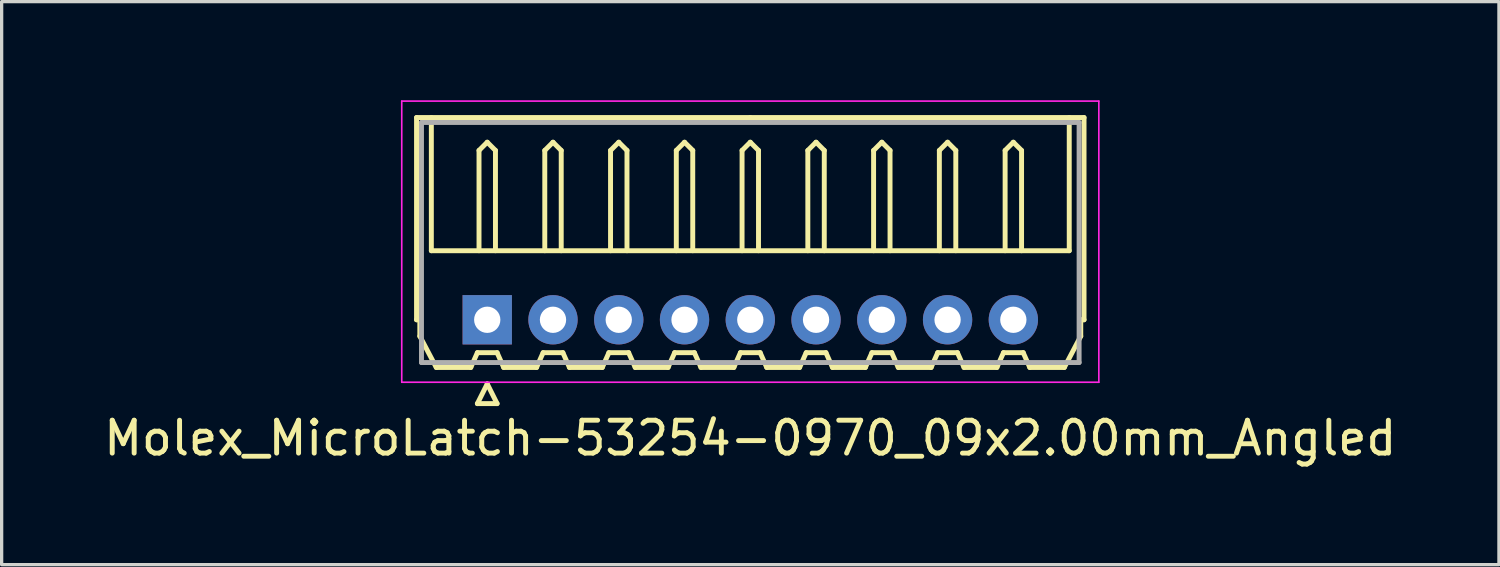
<source format=kicad_pcb>
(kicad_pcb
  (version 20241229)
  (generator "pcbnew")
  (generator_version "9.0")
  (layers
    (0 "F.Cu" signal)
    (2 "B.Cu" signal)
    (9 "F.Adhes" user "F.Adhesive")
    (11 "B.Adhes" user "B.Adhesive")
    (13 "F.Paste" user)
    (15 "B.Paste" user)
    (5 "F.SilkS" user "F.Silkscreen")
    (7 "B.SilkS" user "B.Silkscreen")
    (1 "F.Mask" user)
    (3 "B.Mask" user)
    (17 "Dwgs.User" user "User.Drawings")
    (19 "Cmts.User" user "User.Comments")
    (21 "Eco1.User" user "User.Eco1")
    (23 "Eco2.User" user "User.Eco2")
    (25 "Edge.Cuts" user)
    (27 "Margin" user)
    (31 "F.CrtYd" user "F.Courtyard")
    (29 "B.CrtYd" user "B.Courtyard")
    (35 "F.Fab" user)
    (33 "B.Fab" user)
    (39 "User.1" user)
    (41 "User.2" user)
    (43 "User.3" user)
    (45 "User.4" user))
  (footprint "Molex_MicroLatch-53254-0970_09x2.00mm_Angled"
    (layer "F.Cu")
    (at 11.768 6.675)
    (property "Reference" "Molex_MicroLatch-53254-0970_09x2.00mm_Angled" (at 8 3.6 0) (layer "F.SilkS") (effects (font (size 1 1) (thickness 0.15))))
    (attr through_hole)
    (fp_line (start -2.15 -6.15) (end 8 -6.15) (stroke (width 0.15) (type solid)) (layer "F.SilkS"))
    (fp_line (start -2.15 0) (end -2.15 -6.15) (stroke (width 0.15) (type solid)) (layer "F.SilkS"))
    (fp_line (start -2.05 0) (end -2.15 0) (stroke (width 0.15) (type solid)) (layer "F.SilkS"))
    (fp_line (start -2.05 0.5) (end -2.05 0) (stroke (width 0.15) (type solid)) (layer "F.SilkS"))
    (fp_line (start -1.7 -6.15) (end -1.7 -2.1) (stroke (width 0.15) (type solid)) (layer "F.SilkS"))
    (fp_line (start -1.7 -2.1) (end 17.7 -2.1) (stroke (width 0.15) (type solid)) (layer "F.SilkS"))
    (fp_line (start -1.55 1.45) (end -2.05 0.5) (stroke (width 0.15) (type solid)) (layer "F.SilkS"))
    (fp_line (start -0.5 1.45) (end -1.55 1.45) (stroke (width 0.15) (type solid)) (layer "F.SilkS"))
    (fp_line (start -0.3 1) (end -0.5 1.45) (stroke (width 0.15) (type solid)) (layer "F.SilkS"))
    (fp_line (start -0.3 1) (end 0.3 1) (stroke (width 0.15) (type solid)) (layer "F.SilkS"))
    (fp_line (start -0.3 2.55) (end 0.3 2.55) (stroke (width 0.15) (type solid)) (layer "F.SilkS"))
    (fp_line (start -0.25 -5.15) (end 0 -5.4) (stroke (width 0.15) (type solid)) (layer "F.SilkS"))
    (fp_line (start -0.25 -2.1) (end -0.25 -5.15) (stroke (width 0.15) (type solid)) (layer "F.SilkS"))
    (fp_line (start 0 -5.4) (end 0.25 -5.15) (stroke (width 0.15) (type solid)) (layer "F.SilkS"))
    (fp_line (start 0 1.95) (end -0.3 2.55) (stroke (width 0.15) (type solid)) (layer "F.SilkS"))
    (fp_line (start 0.25 -5.15) (end 0.25 -2.1) (stroke (width 0.15) (type solid)) (layer "F.SilkS"))
    (fp_line (start 0.3 1) (end 0.5 1.45) (stroke (width 0.15) (type solid)) (layer "F.SilkS"))
    (fp_line (start 0.3 2.55) (end 0 1.95) (stroke (width 0.15) (type solid)) (layer "F.SilkS"))
    (fp_line (start 0.5 1.45) (end 1.5 1.45) (stroke (width 0.15) (type solid)) (layer "F.SilkS"))
    (fp_line (start 1.5 1.45) (end 1.7 1) (stroke (width 0.15) (type solid)) (layer "F.SilkS"))
    (fp_line (start 1.7 1) (end 2.3 1) (stroke (width 0.15) (type solid)) (layer "F.SilkS"))
    (fp_line (start 1.75 -5.15) (end 2 -5.4) (stroke (width 0.15) (type solid)) (layer "F.SilkS"))
    (fp_line (start 1.75 -2.1) (end 1.75 -5.15) (stroke (width 0.15) (type solid)) (layer "F.SilkS"))
    (fp_line (start 2 -5.4) (end 2.25 -5.15) (stroke (width 0.15) (type solid)) (layer "F.SilkS"))
    (fp_line (start 2.25 -5.15) (end 2.25 -2.1) (stroke (width 0.15) (type solid)) (layer "F.SilkS"))
    (fp_line (start 2.3 1) (end 2.5 1.45) (stroke (width 0.15) (type solid)) (layer "F.SilkS"))
    (fp_line (start 2.5 1.45) (end 3.5 1.45) (stroke (width 0.15) (type solid)) (layer "F.SilkS"))
    (fp_line (start 3.5 1.45) (end 3.7 1) (stroke (width 0.15) (type solid)) (layer "F.SilkS"))
    (fp_line (start 3.7 1) (end 4.3 1) (stroke (width 0.15) (type solid)) (layer "F.SilkS"))
    (fp_line (start 3.75 -5.15) (end 4 -5.4) (stroke (width 0.15) (type solid)) (layer "F.SilkS"))
    (fp_line (start 3.75 -2.1) (end 3.75 -5.15) (stroke (width 0.15) (type solid)) (layer "F.SilkS"))
    (fp_line (start 4 -5.4) (end 4.25 -5.15) (stroke (width 0.15) (type solid)) (layer "F.SilkS"))
    (fp_line (start 4.25 -5.15) (end 4.25 -2.1) (stroke (width 0.15) (type solid)) (layer "F.SilkS"))
    (fp_line (start 4.3 1) (end 4.5 1.45) (stroke (width 0.15) (type solid)) (layer "F.SilkS"))
    (fp_line (start 4.5 1.45) (end 5.5 1.45) (stroke (width 0.15) (type solid)) (layer "F.SilkS"))
    (fp_line (start 5.5 1.45) (end 5.7 1) (stroke (width 0.15) (type solid)) (layer "F.SilkS"))
    (fp_line (start 5.7 1) (end 6.3 1) (stroke (width 0.15) (type solid)) (layer "F.SilkS"))
    (fp_line (start 5.75 -5.15) (end 6 -5.4) (stroke (width 0.15) (type solid)) (layer "F.SilkS"))
    (fp_line (start 5.75 -2.1) (end 5.75 -5.15) (stroke (width 0.15) (type solid)) (layer "F.SilkS"))
    (fp_line (start 6 -5.4) (end 6.25 -5.15) (stroke (width 0.15) (type solid)) (layer "F.SilkS"))
    (fp_line (start 6.25 -5.15) (end 6.25 -2.1) (stroke (width 0.15) (type solid)) (layer "F.SilkS"))
    (fp_line (start 6.3 1) (end 6.5 1.45) (stroke (width 0.15) (type solid)) (layer "F.SilkS"))
    (fp_line (start 6.5 1.45) (end 7.5 1.45) (stroke (width 0.15) (type solid)) (layer "F.SilkS"))
    (fp_line (start 7.5 1.45) (end 7.7 1) (stroke (width 0.15) (type solid)) (layer "F.SilkS"))
    (fp_line (start 7.7 1) (end 8.3 1) (stroke (width 0.15) (type solid)) (layer "F.SilkS"))
    (fp_line (start 7.75 -5.15) (end 8 -5.4) (stroke (width 0.15) (type solid)) (layer "F.SilkS"))
    (fp_line (start 7.75 -2.1) (end 7.75 -5.15) (stroke (width 0.15) (type solid)) (layer "F.SilkS"))
    (fp_line (start 8 -5.4) (end 8.25 -5.15) (stroke (width 0.15) (type solid)) (layer "F.SilkS"))
    (fp_line (start 8.25 -5.15) (end 8.25 -2.1) (stroke (width 0.15) (type solid)) (layer "F.SilkS"))
    (fp_line (start 8.3 1) (end 8.5 1.45) (stroke (width 0.15) (type solid)) (layer "F.SilkS"))
    (fp_line (start 8.5 1.45) (end 9.5 1.45) (stroke (width 0.15) (type solid)) (layer "F.SilkS"))
    (fp_line (start 9.5 1.45) (end 9.7 1) (stroke (width 0.15) (type solid)) (layer "F.SilkS"))
    (fp_line (start 9.7 1) (end 10.3 1) (stroke (width 0.15) (type solid)) (layer "F.SilkS"))
    (fp_line (start 9.75 -5.15) (end 10 -5.4) (stroke (width 0.15) (type solid)) (layer "F.SilkS"))
    (fp_line (start 9.75 -2.1) (end 9.75 -5.15) (stroke (width 0.15) (type solid)) (layer "F.SilkS"))
    (fp_line (start 10 -5.4) (end 10.25 -5.15) (stroke (width 0.15) (type solid)) (layer "F.SilkS"))
    (fp_line (start 10.25 -5.15) (end 10.25 -2.1) (stroke (width 0.15) (type solid)) (layer "F.SilkS"))
    (fp_line (start 10.3 1) (end 10.5 1.45) (stroke (width 0.15) (type solid)) (layer "F.SilkS"))
    (fp_line (start 10.5 1.45) (end 11.5 1.45) (stroke (width 0.15) (type solid)) (layer "F.SilkS"))
    (fp_line (start 11.5 1.45) (end 11.7 1) (stroke (width 0.15) (type solid)) (layer "F.SilkS"))
    (fp_line (start 11.7 1) (end 12.3 1) (stroke (width 0.15) (type solid)) (layer "F.SilkS"))
    (fp_line (start 11.75 -5.15) (end 12 -5.4) (stroke (width 0.15) (type solid)) (layer "F.SilkS"))
    (fp_line (start 11.75 -2.1) (end 11.75 -5.15) (stroke (width 0.15) (type solid)) (layer "F.SilkS"))
    (fp_line (start 12 -5.4) (end 12.25 -5.15) (stroke (width 0.15) (type solid)) (layer "F.SilkS"))
    (fp_line (start 12.25 -5.15) (end 12.25 -2.1) (stroke (width 0.15) (type solid)) (layer "F.SilkS"))
    (fp_line (start 12.3 1) (end 12.5 1.45) (stroke (width 0.15) (type solid)) (layer "F.SilkS"))
    (fp_line (start 12.5 1.45) (end 13.5 1.45) (stroke (width 0.15) (type solid)) (layer "F.SilkS"))
    (fp_line (start 13.5 1.45) (end 13.7 1) (stroke (width 0.15) (type solid)) (layer "F.SilkS"))
    (fp_line (start 13.7 1) (end 14.3 1) (stroke (width 0.15) (type solid)) (layer "F.SilkS"))
    (fp_line (start 13.75 -5.15) (end 14 -5.4) (stroke (width 0.15) (type solid)) (layer "F.SilkS"))
    (fp_line (start 13.75 -2.1) (end 13.75 -5.15) (stroke (width 0.15) (type solid)) (layer "F.SilkS"))
    (fp_line (start 14 -5.4) (end 14.25 -5.15) (stroke (width 0.15) (type solid)) (layer "F.SilkS"))
    (fp_line (start 14.25 -5.15) (end 14.25 -2.1) (stroke (width 0.15) (type solid)) (layer "F.SilkS"))
    (fp_line (start 14.3 1) (end 14.5 1.45) (stroke (width 0.15) (type solid)) (layer "F.SilkS"))
    (fp_line (start 14.5 1.45) (end 15.5 1.45) (stroke (width 0.15) (type solid)) (layer "F.SilkS"))
    (fp_line (start 15.5 1.45) (end 15.7 1) (stroke (width 0.15) (type solid)) (layer "F.SilkS"))
    (fp_line (start 15.7 1) (end 16.3 1) (stroke (width 0.15) (type solid)) (layer "F.SilkS"))
    (fp_line (start 15.75 -5.15) (end 16 -5.4) (stroke (width 0.15) (type solid)) (layer "F.SilkS"))
    (fp_line (start 15.75 -2.1) (end 15.75 -5.15) (stroke (width 0.15) (type solid)) (layer "F.SilkS"))
    (fp_line (start 16 -5.4) (end 16.25 -5.15) (stroke (width 0.15) (type solid)) (layer "F.SilkS"))
    (fp_line (start 16.25 -5.15) (end 16.25 -2.1) (stroke (width 0.15) (type solid)) (layer "F.SilkS"))
    (fp_line (start 16.3 1) (end 16.5 1.45) (stroke (width 0.15) (type solid)) (layer "F.SilkS"))
    (fp_line (start 16.5 1.45) (end 17.55 1.45) (stroke (width 0.15) (type solid)) (layer "F.SilkS"))
    (fp_line (start 17.55 1.45) (end 18.05 0.5) (stroke (width 0.15) (type solid)) (layer "F.SilkS"))
    (fp_line (start 17.7 -2.1) (end 17.7 -6.15) (stroke (width 0.15) (type solid)) (layer "F.SilkS"))
    (fp_line (start 18.05 0) (end 18.15 0) (stroke (width 0.15) (type solid)) (layer "F.SilkS"))
    (fp_line (start 18.05 0.5) (end 18.05 0) (stroke (width 0.15) (type solid)) (layer "F.SilkS"))
    (fp_line (start 18.15 -6.15) (end 8 -6.15) (stroke (width 0.15) (type solid)) (layer "F.SilkS"))
    (fp_line (start 18.15 0) (end 18.15 -6.15) (stroke (width 0.15) (type solid)) (layer "F.SilkS"))
    (fp_line (start -2.6 -6.65) (end -2.6 1.9) (stroke (width 0.05) (type solid)) (layer "F.CrtYd"))
    (fp_line (start -2.6 1.9) (end 18.6 1.9) (stroke (width 0.05) (type solid)) (layer "F.CrtYd"))
    (fp_line (start 18.6 -6.65) (end -2.6 -6.65) (stroke (width 0.05) (type solid)) (layer "F.CrtYd"))
    (fp_line (start 18.6 1.9) (end 18.6 -6.65) (stroke (width 0.05) (type solid)) (layer "F.CrtYd"))
    (fp_line (start -2 -6) (end -2 1.3) (stroke (width 0.15) (type solid)) (layer "F.Fab"))
    (fp_line (start -2 1.3) (end 18 1.3) (stroke (width 0.15) (type solid)) (layer "F.Fab"))
    (fp_line (start 18 -6) (end -2 -6) (stroke (width 0.15) (type solid)) (layer "F.Fab"))
    (fp_line (start 18 1.3) (end 18 -6) (stroke (width 0.15) (type solid)) (layer "F.Fab"))
    (pad "1" thru_hole rect (at 0 0) (size 1.5 1.5) (drill 0.8) (layers "*.Cu" "*.Mask"))
    (pad "2" thru_hole circle (at 2 0) (size 1.5 1.5) (drill 0.8) (layers "*.Cu" "*.Mask"))
    (pad "3" thru_hole circle (at 4 0) (size 1.5 1.5) (drill 0.8) (layers "*.Cu" "*.Mask"))
    (pad "4" thru_hole circle (at 6 0) (size 1.5 1.5) (drill 0.8) (layers "*.Cu" "*.Mask"))
    (pad "5" thru_hole circle (at 8 0) (size 1.5 1.5) (drill 0.8) (layers "*.Cu" "*.Mask"))
    (pad "6" thru_hole circle (at 10 0) (size 1.5 1.5) (drill 0.8) (layers "*.Cu" "*.Mask"))
    (pad "7" thru_hole circle (at 12 0) (size 1.5 1.5) (drill 0.8) (layers "*.Cu" "*.Mask"))
    (pad "8" thru_hole circle (at 14 0) (size 1.5 1.5) (drill 0.8) (layers "*.Cu" "*.Mask"))
    (pad "9" thru_hole circle (at 16 0) (size 1.5 1.5) (drill 0.8) (layers "*.Cu" "*.Mask")))
  (gr_rect
    (start -3 -3)
    (end 42.536 14.123)
    (stroke (width 0.1) (type default))
    (fill no)
    (layer "Edge.Cuts")))
</source>
